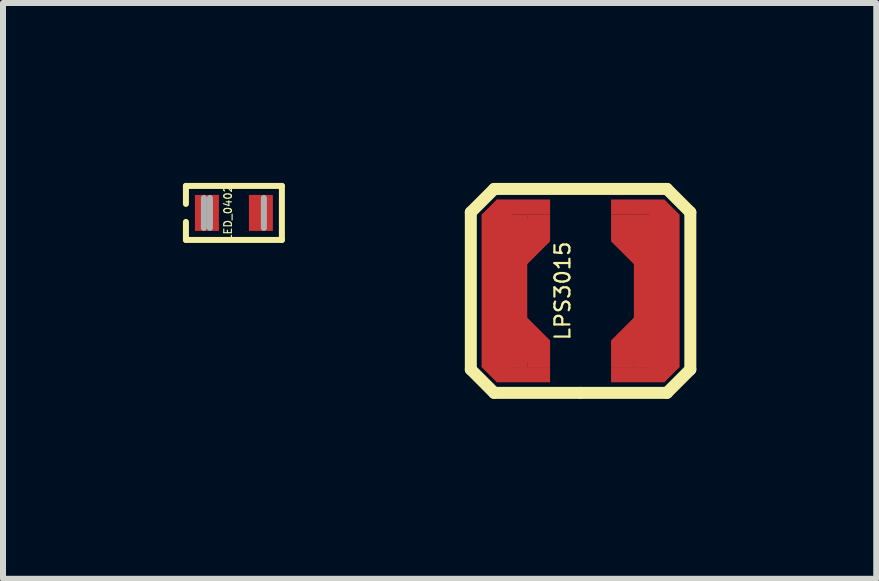
<source format=kicad_pcb>
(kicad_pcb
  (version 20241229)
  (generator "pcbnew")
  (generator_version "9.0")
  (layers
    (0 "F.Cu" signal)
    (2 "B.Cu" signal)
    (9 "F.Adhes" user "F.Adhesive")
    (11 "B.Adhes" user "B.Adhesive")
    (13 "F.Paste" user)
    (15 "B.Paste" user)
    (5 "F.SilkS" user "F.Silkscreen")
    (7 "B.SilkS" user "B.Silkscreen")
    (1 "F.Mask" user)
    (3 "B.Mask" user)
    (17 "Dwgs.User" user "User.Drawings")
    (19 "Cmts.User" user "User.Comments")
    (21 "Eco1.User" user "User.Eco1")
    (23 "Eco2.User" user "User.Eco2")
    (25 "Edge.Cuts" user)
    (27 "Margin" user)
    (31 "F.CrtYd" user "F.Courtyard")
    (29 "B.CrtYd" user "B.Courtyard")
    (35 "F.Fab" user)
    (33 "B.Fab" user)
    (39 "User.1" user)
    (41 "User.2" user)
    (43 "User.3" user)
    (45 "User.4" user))
  (footprint "LED_0402"
    (layer "F.Cu")
    (at 0.85 0.5)
    (property "Reference" "LED_0402" (at -0.1 0 90) (layer "F.SilkS") (effects (font (size 0.127 0.127) (thickness 0.019))))
    (attr smd)
    (fp_line (start -0.8 -0.45) (end -0.8 -0.15) (stroke (width 0.1) (type solid)) (layer "F.SilkS"))
    (fp_line (start -0.8 -0.45) (end 0.8 -0.45) (stroke (width 0.1) (type solid)) (layer "F.SilkS"))
    (fp_line (start -0.8 0.45) (end -0.8 0.15) (stroke (width 0.1) (type solid)) (layer "F.SilkS"))
    (fp_line (start 0.8 0.45) (end -0.8 0.45) (stroke (width 0.1) (type solid)) (layer "F.SilkS"))
    (fp_line (start 0.8 0.45) (end 0.8 -0.45) (stroke (width 0.1) (type solid)) (layer "F.SilkS"))
    (fp_line (start -0.5 0.25) (end -0.5 -0.25) (stroke (width 0.1) (type solid)) (layer "F.Fab"))
    (fp_line (start -0.4 0.25) (end -0.4 -0.25) (stroke (width 0.1) (type solid)) (layer "F.Fab"))
    (fp_line (start 0.5 -0.25) (end 0.5 0.25) (stroke (width 0.1) (type solid)) (layer "F.Fab"))
    (pad "1" smd rect (at -0.45 0) (size 0.4 0.6) (layers "F.Cu" "F.Mask" "F.Paste"))
    (pad "2" smd rect (at 0.45 0) (size 0.4 0.6) (layers "F.Cu" "F.Mask" "F.Paste")))
  (footprint "LPS3015"
    (layer "F.Cu")
    (at 6.63 1.8)
    (property "Reference" "LPS3015" (at -0.3 0 90) (layer "F.SilkS") (effects (font (size 0.25 0.25) (thickness 0.037))))
    (attr through_hole)
    (fp_line (start -1.83 -1.31) (end -1.83 1.31) (stroke (width 0.2) (type solid)) (layer "F.SilkS"))
    (fp_line (start -1.83 -1.31) (end -1.44 -1.7) (stroke (width 0.2) (type solid)) (layer "F.SilkS"))
    (fp_line (start -1.83 1.31) (end -1.44 1.7) (stroke (width 0.2) (type solid)) (layer "F.SilkS"))
    (fp_line (start -1.44 -1.7) (end 1.44 -1.7) (stroke (width 0.2) (type solid)) (layer "F.SilkS"))
    (fp_line (start 0 1.7) (end -1.44 1.7) (stroke (width 0.2) (type solid)) (layer "F.SilkS"))
    (fp_line (start 0 1.7) (end 1.44 1.7) (stroke (width 0.2) (type solid)) (layer "F.SilkS"))
    (fp_line (start 1.44 -1.7) (end 1.83 -1.31) (stroke (width 0.2) (type solid)) (layer "F.SilkS"))
    (fp_line (start 1.44 1.7) (end 1.83 1.31) (stroke (width 0.2) (type solid)) (layer "F.SilkS"))
    (fp_line (start 1.83 1.31) (end 1.83 -1.31) (stroke (width 0.2) (type solid)) (layer "F.SilkS"))
    (pad "1" smd rect (at -1.397 -1.27 45) (size 0.359 0.359) (layers "F.Cu" "F.Mask" "F.Paste"))
    (pad "1" smd rect (at -1.397 1.27 45) (size 0.359 0.359) (layers "F.Cu" "F.Mask" "F.Paste"))
    (pad "1" smd rect (at -1.27 0) (size 0.762 2.54) (layers "F.Cu" "F.Mask" "F.Paste"))
    (pad "1" smd rect (at -0.953 -1.397) (size 0.889 0.254) (layers "F.Cu" "F.Mask" "F.Paste"))
    (pad "1" smd rect (at -0.953 1.397) (size 0.889 0.254) (layers "F.Cu" "F.Mask" "F.Paste"))
    (pad "1" smd rect (at -0.889 -0.826 45) (size 0.538 0.538) (layers "F.Cu" "F.Mask" "F.Paste"))
    (pad "1" smd rect (at -0.889 0.826 45) (size 0.538 0.538) (layers "F.Cu" "F.Mask" "F.Paste"))
    (pad "1" smd rect (at -0.699 -1.048) (size 0.381 0.445) (layers "F.Cu" "F.Mask" "F.Paste"))
    (pad "1" smd rect (at -0.699 1.048) (size 0.381 0.445) (layers "F.Cu" "F.Mask" "F.Paste"))
    (pad "2" smd rect (at 0.699 -1.048) (size 0.381 0.445) (layers "F.Cu" "F.Mask" "F.Paste"))
    (pad "2" smd rect (at 0.699 1.048) (size 0.381 0.445) (layers "F.Cu" "F.Mask" "F.Paste"))
    (pad "2" smd rect (at 0.889 -0.826 45) (size 0.538 0.538) (layers "F.Cu" "F.Mask" "F.Paste"))
    (pad "2" smd rect (at 0.889 0.826 45) (size 0.538 0.538) (layers "F.Cu" "F.Mask" "F.Paste"))
    (pad "2" smd rect (at 0.953 -1.397) (size 0.889 0.254) (layers "F.Cu" "F.Mask" "F.Paste"))
    (pad "2" smd rect (at 0.953 1.397) (size 0.889 0.254) (layers "F.Cu" "F.Mask" "F.Paste"))
    (pad "2" smd rect (at 1.27 0) (size 0.762 2.54) (layers "F.Cu" "F.Mask" "F.Paste"))
    (pad "2" smd rect (at 1.397 -1.27 45) (size 0.359 0.359) (layers "F.Cu" "F.Mask" "F.Paste"))
    (pad "2" smd rect (at 1.397 1.27 45) (size 0.359 0.359) (layers "F.Cu" "F.Mask" "F.Paste")))
  (gr_rect
    (start -3 -3)
    (end 11.56 6.6)
    (stroke (width 0.1) (type default))
    (fill no)
    (layer "Edge.Cuts")))
</source>
